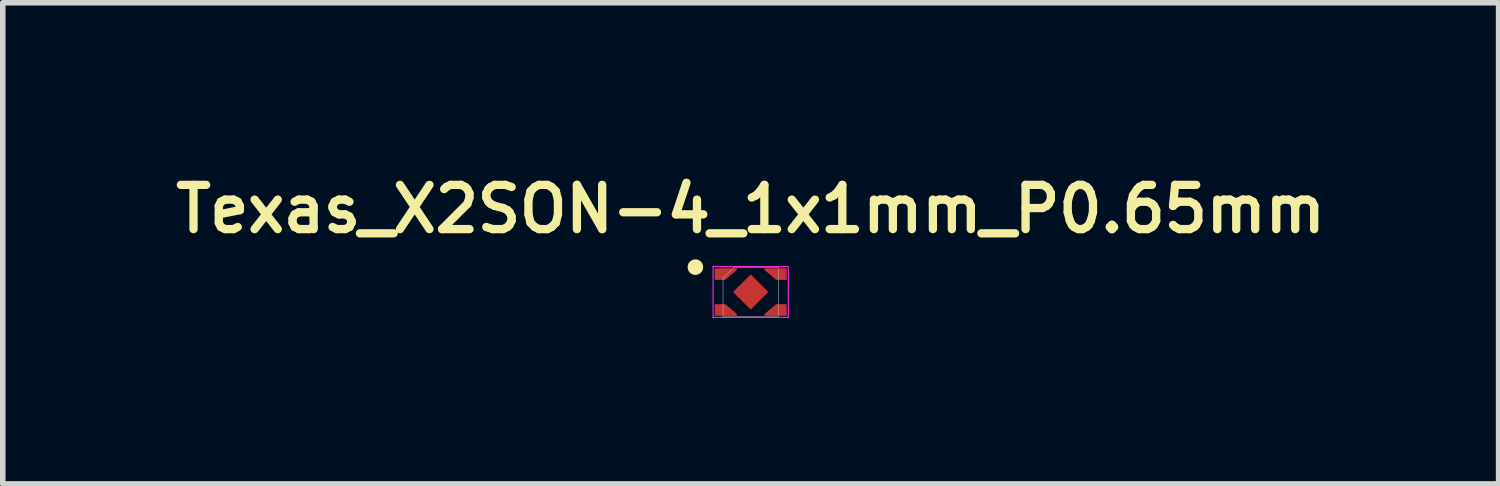
<source format=kicad_pcb>
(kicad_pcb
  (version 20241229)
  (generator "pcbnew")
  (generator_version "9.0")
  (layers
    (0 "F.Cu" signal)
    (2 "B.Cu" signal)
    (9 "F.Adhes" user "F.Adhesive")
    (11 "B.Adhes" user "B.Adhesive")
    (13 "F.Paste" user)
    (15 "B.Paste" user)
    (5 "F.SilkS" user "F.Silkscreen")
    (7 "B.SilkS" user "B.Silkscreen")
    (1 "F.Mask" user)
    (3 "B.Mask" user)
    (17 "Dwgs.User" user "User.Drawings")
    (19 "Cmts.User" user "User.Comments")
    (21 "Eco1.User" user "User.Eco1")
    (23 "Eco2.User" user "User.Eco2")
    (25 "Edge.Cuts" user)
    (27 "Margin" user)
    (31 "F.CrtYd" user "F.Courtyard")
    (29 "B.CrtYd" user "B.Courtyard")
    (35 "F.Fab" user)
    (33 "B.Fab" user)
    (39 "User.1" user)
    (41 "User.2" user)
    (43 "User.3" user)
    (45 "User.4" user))
  (footprint "Texas_X2SON-4_1x1mm_P0.65mm"
    (layer "F.Cu")
    (at 10.526 2.231)
    (property "Reference" "Texas_X2SON-4_1x1mm_P0.65mm" (at 0 -1.5 0) (layer "F.SilkS") (effects (font (size 0.8 0.8) (thickness 0.15))))
    (attr smd)
    (fp_poly (pts (xy -0.338 0) (xy 0 -0.338) (xy 0.338 0) (xy 0 0.338)) (stroke (width 0) (type solid)) (fill yes) (layer "F.Mask"))
    (fp_poly (pts (xy -0.28 0.4) (xy -0.28 0.43) (xy -0.64 0.43) (xy -0.64 0.22) (xy -0.46 0.22)) (stroke (width 0) (type solid)) (fill yes) (layer "F.Mask"))
    (fp_poly (pts (xy 0.28 0.4) (xy 0.28 0.43) (xy 0.64 0.43) (xy 0.64 0.22) (xy 0.46 0.22)) (stroke (width 0) (type solid)) (fill yes) (layer "F.Mask"))
    (fp_circle (center -1 -0.45) (end -0.86 -0.46) (stroke (width 0) (type solid)) (fill yes) (layer "F.SilkS"))
    (fp_poly (pts (xy -0.318 0) (xy 0 -0.318) (xy 0.318 0) (xy 0 0.318)) (stroke (width 0) (type solid)) (fill yes) (layer "F.Paste"))
    (fp_line (start -0.68 -0.46) (end 0.68 -0.46) (stroke (width 0.02) (type solid)) (layer "F.CrtYd"))
    (fp_line (start -0.68 0.46) (end -0.68 -0.46) (stroke (width 0.02) (type solid)) (layer "F.CrtYd"))
    (fp_line (start 0.68 -0.46) (end 0.68 0.46) (stroke (width 0.02) (type solid)) (layer "F.CrtYd"))
    (fp_line (start 0.68 0.46) (end -0.68 0.46) (stroke (width 0.02) (type solid)) (layer "F.CrtYd"))
    (fp_line (start -0.5 -0.25) (end -0.31 -0.44) (stroke (width 0.01) (type solid)) (layer "F.Fab"))
    (fp_line (start -0.5 0.44) (end -0.5 -0.25) (stroke (width 0.01) (type solid)) (layer "F.Fab"))
    (fp_line (start -0.31 -0.44) (end 0.5 -0.44) (stroke (width 0.01) (type solid)) (layer "F.Fab"))
    (fp_line (start 0.5 -0.44) (end 0.5 0.44) (stroke (width 0.01) (type solid)) (layer "F.Fab"))
    (fp_line (start 0.5 0.44) (end -0.5 0.44) (stroke (width 0.01) (type solid)) (layer "F.Fab"))
    (fp_text user "${REFERENCE}" (at 0 0 0) (layer "User.8") (effects (font (size 0.35 0.35) (thickness 0.07) (bold yes))))
    (pad "" smd custom (at -0.46 -0.325) (size 0.148 0.148) (layers "F.Mask") (options (anchor circle)) (primitives (gr_poly (pts (xy 0.18 -0.075) (xy 0 0.105) (xy -0.18 0.105) (xy -0.18 -0.105) (xy 0.18 -0.105)) (width 0) (fill yes))))
    (pad "" smd custom (at 0.46 -0.325) (size 0.148 0.148) (layers "F.Mask") (options (anchor circle)) (primitives (gr_poly (pts (xy 0.18 0.105) (xy 0 0.105) (xy -0.18 -0.075) (xy -0.18 -0.105) (xy 0.18 -0.105)) (width 0) (fill yes))))
    (pad "1" smd custom (at -0.48 -0.345 180) (size 0.1 0.1) (layers "F.Cu" "F.Paste") (options (anchor circle)) (primitives (gr_poly (pts (xy 0.17 0.085) (xy -0.23 0.085) (xy -0.23 0.054) (xy -0.021 -0.125) (xy 0.17 -0.125)) (width 0) (fill yes))))
    (pad "2" smd custom (at -0.48 0.345) (size 0.1 0.1) (layers "F.Cu" "F.Paste") (options (anchor circle)) (primitives (gr_poly (pts (xy -0.17 0.085) (xy 0.23 0.085) (xy 0.23 0.054) (xy 0.021 -0.125) (xy -0.17 -0.125)) (width 0) (fill yes))))
    (pad "3" smd custom (at 0.48 0.345) (size 0.1 0.1) (layers "F.Cu" "F.Paste") (options (anchor circle)) (primitives (gr_poly (pts (xy 0.17 0.085) (xy -0.23 0.085) (xy -0.23 0.054) (xy -0.021 -0.125) (xy 0.17 -0.125)) (width 0) (fill yes))))
    (pad "4" smd custom (at 0.48 -0.345 180) (size 0.1 0.1) (layers "F.Cu" "F.Paste") (options (anchor circle)) (primitives (gr_poly (pts (xy -0.17 0.085) (xy 0.23 0.085) (xy 0.23 0.054) (xy 0.021 -0.125) (xy -0.17 -0.125)) (width 0) (fill yes))))
    (pad "5" smd rect (at 0 0 45) (size 0.45 0.45) (layers "F.Cu")))
  (gr_rect
    (start -3 -3)
    (end 24.052 5.701)
    (stroke (width 0.1) (type default))
    (fill no)
    (layer "Edge.Cuts")))
</source>
